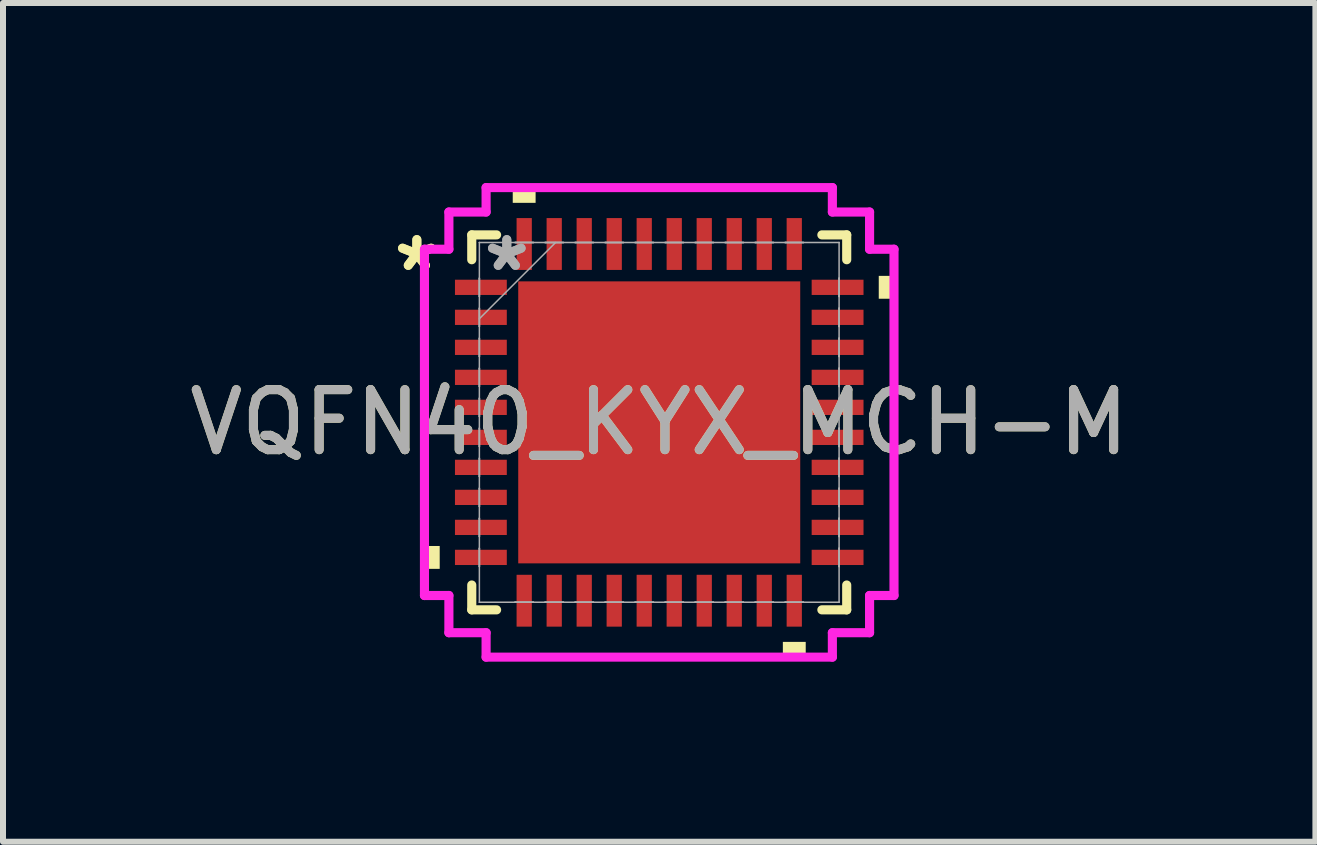
<source format=kicad_pcb>
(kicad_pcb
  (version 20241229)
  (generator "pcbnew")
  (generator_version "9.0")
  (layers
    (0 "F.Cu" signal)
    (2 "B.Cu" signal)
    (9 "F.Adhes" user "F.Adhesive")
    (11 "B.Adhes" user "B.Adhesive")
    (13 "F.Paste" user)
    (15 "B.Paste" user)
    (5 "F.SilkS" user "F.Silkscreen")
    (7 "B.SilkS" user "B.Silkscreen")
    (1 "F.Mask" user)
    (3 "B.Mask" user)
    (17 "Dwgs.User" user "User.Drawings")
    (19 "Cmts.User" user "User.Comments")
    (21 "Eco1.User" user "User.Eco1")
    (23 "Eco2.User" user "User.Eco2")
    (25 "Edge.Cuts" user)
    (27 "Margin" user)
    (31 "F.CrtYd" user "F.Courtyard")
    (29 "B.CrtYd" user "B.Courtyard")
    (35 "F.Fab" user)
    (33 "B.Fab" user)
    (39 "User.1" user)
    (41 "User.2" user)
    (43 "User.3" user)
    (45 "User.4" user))
  (footprint "VQFN40_KYX_MCH-M"
    (layer "F.Cu")
    (at 7.935 3.988)
    (property "Reference" "VQFN40_KYX_MCH-M" (at 0 0 0) (unlocked yes) (layer "F.SilkS") (effects (font (size 1 1) (thickness 0.15))))
    (attr smd)
    (fp_line (start -3.124 -3.124) (end -3.124 -2.71) (stroke (width 0.152) (type solid)) (layer "F.SilkS"))
    (fp_line (start -3.124 2.71) (end -3.124 3.124) (stroke (width 0.152) (type solid)) (layer "F.SilkS"))
    (fp_line (start -3.124 3.124) (end -2.71 3.124) (stroke (width 0.152) (type solid)) (layer "F.SilkS"))
    (fp_line (start -2.71 -3.124) (end -3.124 -3.124) (stroke (width 0.152) (type solid)) (layer "F.SilkS"))
    (fp_line (start 2.71 3.124) (end 3.124 3.124) (stroke (width 0.152) (type solid)) (layer "F.SilkS"))
    (fp_line (start 3.124 -3.124) (end 2.71 -3.124) (stroke (width 0.152) (type solid)) (layer "F.SilkS"))
    (fp_line (start 3.124 -2.71) (end 3.124 -3.124) (stroke (width 0.152) (type solid)) (layer "F.SilkS"))
    (fp_line (start 3.124 3.124) (end 3.124 2.71) (stroke (width 0.152) (type solid)) (layer "F.SilkS"))
    (fp_poly (pts (xy -3.912 2.06) (xy -3.912 2.441) (xy -3.658 2.441) (xy -3.658 2.06)) (stroke (width 0) (type solid)) (fill yes) (layer "F.SilkS"))
    (fp_poly (pts (xy -2.441 -3.658) (xy -2.441 -3.912) (xy -2.06 -3.912) (xy -2.06 -3.658)) (stroke (width 0) (type solid)) (fill yes) (layer "F.SilkS"))
    (fp_poly (pts (xy 2.06 3.658) (xy 2.06 3.912) (xy 2.441 3.912) (xy 2.441 3.658)) (stroke (width 0) (type solid)) (fill yes) (layer "F.SilkS"))
    (fp_poly (pts (xy 3.912 -2.441) (xy 3.912 -2.06) (xy 3.658 -2.06) (xy 3.658 -2.441)) (stroke (width 0) (type solid)) (fill yes) (layer "F.SilkS"))
    (fp_poly (pts (xy -2.249 -2.249) (xy -2.249 -0.883) (xy -0.883 -0.883) (xy -0.883 -2.249)) (stroke (width 0) (type solid)) (fill yes) (layer "F.Paste"))
    (fp_poly (pts (xy -2.249 -0.683) (xy -2.249 0.683) (xy -0.883 0.683) (xy -0.883 -0.683)) (stroke (width 0) (type solid)) (fill yes) (layer "F.Paste"))
    (fp_poly (pts (xy -2.249 0.883) (xy -2.249 2.249) (xy -0.883 2.249) (xy -0.883 0.883)) (stroke (width 0) (type solid)) (fill yes) (layer "F.Paste"))
    (fp_poly (pts (xy -0.683 -2.249) (xy -0.683 -0.883) (xy 0.683 -0.883) (xy 0.683 -2.249)) (stroke (width 0) (type solid)) (fill yes) (layer "F.Paste"))
    (fp_poly (pts (xy -0.683 -0.683) (xy -0.683 0.683) (xy 0.683 0.683) (xy 0.683 -0.683)) (stroke (width 0) (type solid)) (fill yes) (layer "F.Paste"))
    (fp_poly (pts (xy -0.683 0.883) (xy -0.683 2.249) (xy 0.683 2.249) (xy 0.683 0.883)) (stroke (width 0) (type solid)) (fill yes) (layer "F.Paste"))
    (fp_poly (pts (xy 0.883 -2.249) (xy 0.883 -0.883) (xy 2.249 -0.883) (xy 2.249 -2.249)) (stroke (width 0) (type solid)) (fill yes) (layer "F.Paste"))
    (fp_poly (pts (xy 0.883 -0.683) (xy 0.883 0.683) (xy 2.249 0.683) (xy 2.249 -0.683)) (stroke (width 0) (type solid)) (fill yes) (layer "F.Paste"))
    (fp_poly (pts (xy 0.883 0.883) (xy 0.883 2.249) (xy 2.249 2.249) (xy 2.249 0.883)) (stroke (width 0) (type solid)) (fill yes) (layer "F.Paste"))
    (fp_line (start -3.912 -2.885) (end -3.505 -2.885) (stroke (width 0.152) (type solid)) (layer "F.CrtYd"))
    (fp_line (start -3.912 2.885) (end -3.912 -2.885) (stroke (width 0.152) (type solid)) (layer "F.CrtYd"))
    (fp_line (start -3.505 -3.505) (end -2.885 -3.505) (stroke (width 0.152) (type solid)) (layer "F.CrtYd"))
    (fp_line (start -3.505 -2.885) (end -3.505 -3.505) (stroke (width 0.152) (type solid)) (layer "F.CrtYd"))
    (fp_line (start -3.505 2.885) (end -3.912 2.885) (stroke (width 0.152) (type solid)) (layer "F.CrtYd"))
    (fp_line (start -3.505 3.505) (end -3.505 2.885) (stroke (width 0.152) (type solid)) (layer "F.CrtYd"))
    (fp_line (start -2.885 -3.912) (end 2.885 -3.912) (stroke (width 0.152) (type solid)) (layer "F.CrtYd"))
    (fp_line (start -2.885 -3.505) (end -2.885 -3.912) (stroke (width 0.152) (type solid)) (layer "F.CrtYd"))
    (fp_line (start -2.885 3.505) (end -3.505 3.505) (stroke (width 0.152) (type solid)) (layer "F.CrtYd"))
    (fp_line (start -2.885 3.912) (end -2.885 3.505) (stroke (width 0.152) (type solid)) (layer "F.CrtYd"))
    (fp_line (start 2.885 -3.912) (end 2.885 -3.505) (stroke (width 0.152) (type solid)) (layer "F.CrtYd"))
    (fp_line (start 2.885 -3.505) (end 3.505 -3.505) (stroke (width 0.152) (type solid)) (layer "F.CrtYd"))
    (fp_line (start 2.885 3.505) (end 2.885 3.912) (stroke (width 0.152) (type solid)) (layer "F.CrtYd"))
    (fp_line (start 2.885 3.912) (end -2.885 3.912) (stroke (width 0.152) (type solid)) (layer "F.CrtYd"))
    (fp_line (start 3.505 -3.505) (end 3.505 -2.885) (stroke (width 0.152) (type solid)) (layer "F.CrtYd"))
    (fp_line (start 3.505 -2.885) (end 3.912 -2.885) (stroke (width 0.152) (type solid)) (layer "F.CrtYd"))
    (fp_line (start 3.505 2.885) (end 3.505 3.505) (stroke (width 0.152) (type solid)) (layer "F.CrtYd"))
    (fp_line (start 3.505 3.505) (end 2.885 3.505) (stroke (width 0.152) (type solid)) (layer "F.CrtYd"))
    (fp_line (start 3.912 -2.885) (end 3.912 2.885) (stroke (width 0.152) (type solid)) (layer "F.CrtYd"))
    (fp_line (start 3.912 2.885) (end 3.505 2.885) (stroke (width 0.152) (type solid)) (layer "F.CrtYd"))
    (fp_line (start -2.997 -2.997) (end -2.997 -2.997) (stroke (width 0.025) (type solid)) (layer "F.Fab"))
    (fp_line (start -2.997 -2.997) (end -2.997 2.997) (stroke (width 0.025) (type solid)) (layer "F.Fab"))
    (fp_line (start -2.997 -2.402) (end -2.997 -2.402) (stroke (width 0.025) (type solid)) (layer "F.Fab"))
    (fp_line (start -2.997 -2.402) (end -2.997 -2.098) (stroke (width 0.025) (type solid)) (layer "F.Fab"))
    (fp_line (start -2.997 -2.098) (end -2.997 -2.402) (stroke (width 0.025) (type solid)) (layer "F.Fab"))
    (fp_line (start -2.997 -2.098) (end -2.997 -2.098) (stroke (width 0.025) (type solid)) (layer "F.Fab"))
    (fp_line (start -2.997 -1.902) (end -2.997 -1.902) (stroke (width 0.025) (type solid)) (layer "F.Fab"))
    (fp_line (start -2.997 -1.902) (end -2.997 -1.598) (stroke (width 0.025) (type solid)) (layer "F.Fab"))
    (fp_line (start -2.997 -1.727) (end -1.727 -2.997) (stroke (width 0.025) (type solid)) (layer "F.Fab"))
    (fp_line (start -2.997 -1.598) (end -2.997 -1.902) (stroke (width 0.025) (type solid)) (layer "F.Fab"))
    (fp_line (start -2.997 -1.598) (end -2.997 -1.598) (stroke (width 0.025) (type solid)) (layer "F.Fab"))
    (fp_line (start -2.997 -1.402) (end -2.997 -1.402) (stroke (width 0.025) (type solid)) (layer "F.Fab"))
    (fp_line (start -2.997 -1.402) (end -2.997 -1.098) (stroke (width 0.025) (type solid)) (layer "F.Fab"))
    (fp_line (start -2.997 -1.098) (end -2.997 -1.402) (stroke (width 0.025) (type solid)) (layer "F.Fab"))
    (fp_line (start -2.997 -1.098) (end -2.997 -1.098) (stroke (width 0.025) (type solid)) (layer "F.Fab"))
    (fp_line (start -2.997 -0.902) (end -2.997 -0.902) (stroke (width 0.025) (type solid)) (layer "F.Fab"))
    (fp_line (start -2.997 -0.902) (end -2.997 -0.598) (stroke (width 0.025) (type solid)) (layer "F.Fab"))
    (fp_line (start -2.997 -0.598) (end -2.997 -0.902) (stroke (width 0.025) (type solid)) (layer "F.Fab"))
    (fp_line (start -2.997 -0.598) (end -2.997 -0.598) (stroke (width 0.025) (type solid)) (layer "F.Fab"))
    (fp_line (start -2.997 -0.402) (end -2.997 -0.402) (stroke (width 0.025) (type solid)) (layer "F.Fab"))
    (fp_line (start -2.997 -0.402) (end -2.997 -0.098) (stroke (width 0.025) (type solid)) (layer "F.Fab"))
    (fp_line (start -2.997 -0.098) (end -2.997 -0.402) (stroke (width 0.025) (type solid)) (layer "F.Fab"))
    (fp_line (start -2.997 -0.098) (end -2.997 -0.098) (stroke (width 0.025) (type solid)) (layer "F.Fab"))
    (fp_line (start -2.997 0.098) (end -2.997 0.098) (stroke (width 0.025) (type solid)) (layer "F.Fab"))
    (fp_line (start -2.997 0.098) (end -2.997 0.402) (stroke (width 0.025) (type solid)) (layer "F.Fab"))
    (fp_line (start -2.997 0.402) (end -2.997 0.098) (stroke (width 0.025) (type solid)) (layer "F.Fab"))
    (fp_line (start -2.997 0.402) (end -2.997 0.402) (stroke (width 0.025) (type solid)) (layer "F.Fab"))
    (fp_line (start -2.997 0.598) (end -2.997 0.598) (stroke (width 0.025) (type solid)) (layer "F.Fab"))
    (fp_line (start -2.997 0.598) (end -2.997 0.902) (stroke (width 0.025) (type solid)) (layer "F.Fab"))
    (fp_line (start -2.997 0.902) (end -2.997 0.598) (stroke (width 0.025) (type solid)) (layer "F.Fab"))
    (fp_line (start -2.997 0.902) (end -2.997 0.902) (stroke (width 0.025) (type solid)) (layer "F.Fab"))
    (fp_line (start -2.997 1.098) (end -2.997 1.098) (stroke (width 0.025) (type solid)) (layer "F.Fab"))
    (fp_line (start -2.997 1.098) (end -2.997 1.402) (stroke (width 0.025) (type solid)) (layer "F.Fab"))
    (fp_line (start -2.997 1.402) (end -2.997 1.098) (stroke (width 0.025) (type solid)) (layer "F.Fab"))
    (fp_line (start -2.997 1.402) (end -2.997 1.402) (stroke (width 0.025) (type solid)) (layer "F.Fab"))
    (fp_line (start -2.997 1.598) (end -2.997 1.598) (stroke (width 0.025) (type solid)) (layer "F.Fab"))
    (fp_line (start -2.997 1.598) (end -2.997 1.902) (stroke (width 0.025) (type solid)) (layer "F.Fab"))
    (fp_line (start -2.997 1.902) (end -2.997 1.598) (stroke (width 0.025) (type solid)) (layer "F.Fab"))
    (fp_line (start -2.997 1.902) (end -2.997 1.902) (stroke (width 0.025) (type solid)) (layer "F.Fab"))
    (fp_line (start -2.997 2.098) (end -2.997 2.098) (stroke (width 0.025) (type solid)) (layer "F.Fab"))
    (fp_line (start -2.997 2.098) (end -2.997 2.402) (stroke (width 0.025) (type solid)) (layer "F.Fab"))
    (fp_line (start -2.997 2.402) (end -2.997 2.098) (stroke (width 0.025) (type solid)) (layer "F.Fab"))
    (fp_line (start -2.997 2.402) (end -2.997 2.402) (stroke (width 0.025) (type solid)) (layer "F.Fab"))
    (fp_line (start -2.997 2.997) (end -2.997 2.997) (stroke (width 0.025) (type solid)) (layer "F.Fab"))
    (fp_line (start -2.997 2.997) (end 2.997 2.997) (stroke (width 0.025) (type solid)) (layer "F.Fab"))
    (fp_line (start -2.402 -2.997) (end -2.402 -2.997) (stroke (width 0.025) (type solid)) (layer "F.Fab"))
    (fp_line (start -2.402 -2.997) (end -2.098 -2.997) (stroke (width 0.025) (type solid)) (layer "F.Fab"))
    (fp_line (start -2.402 2.997) (end -2.402 2.997) (stroke (width 0.025) (type solid)) (layer "F.Fab"))
    (fp_line (start -2.402 2.997) (end -2.098 2.997) (stroke (width 0.025) (type solid)) (layer "F.Fab"))
    (fp_line (start -2.098 -2.997) (end -2.402 -2.997) (stroke (width 0.025) (type solid)) (layer "F.Fab"))
    (fp_line (start -2.098 -2.997) (end -2.098 -2.997) (stroke (width 0.025) (type solid)) (layer "F.Fab"))
    (fp_line (start -2.098 2.997) (end -2.402 2.997) (stroke (width 0.025) (type solid)) (layer "F.Fab"))
    (fp_line (start -2.098 2.997) (end -2.098 2.997) (stroke (width 0.025) (type solid)) (layer "F.Fab"))
    (fp_line (start -1.902 -2.997) (end -1.902 -2.997) (stroke (width 0.025) (type solid)) (layer "F.Fab"))
    (fp_line (start -1.902 -2.997) (end -1.598 -2.997) (stroke (width 0.025) (type solid)) (layer "F.Fab"))
    (fp_line (start -1.902 2.997) (end -1.902 2.997) (stroke (width 0.025) (type solid)) (layer "F.Fab"))
    (fp_line (start -1.902 2.997) (end -1.598 2.997) (stroke (width 0.025) (type solid)) (layer "F.Fab"))
    (fp_line (start -1.598 -2.997) (end -1.902 -2.997) (stroke (width 0.025) (type solid)) (layer "F.Fab"))
    (fp_line (start -1.598 -2.997) (end -1.598 -2.997) (stroke (width 0.025) (type solid)) (layer "F.Fab"))
    (fp_line (start -1.598 2.997) (end -1.902 2.997) (stroke (width 0.025) (type solid)) (layer "F.Fab"))
    (fp_line (start -1.598 2.997) (end -1.598 2.997) (stroke (width 0.025) (type solid)) (layer "F.Fab"))
    (fp_line (start -1.402 -2.997) (end -1.402 -2.997) (stroke (width 0.025) (type solid)) (layer "F.Fab"))
    (fp_line (start -1.402 -2.997) (end -1.098 -2.997) (stroke (width 0.025) (type solid)) (layer "F.Fab"))
    (fp_line (start -1.402 2.997) (end -1.402 2.997) (stroke (width 0.025) (type solid)) (layer "F.Fab"))
    (fp_line (start -1.402 2.997) (end -1.098 2.997) (stroke (width 0.025) (type solid)) (layer "F.Fab"))
    (fp_line (start -1.098 -2.997) (end -1.402 -2.997) (stroke (width 0.025) (type solid)) (layer "F.Fab"))
    (fp_line (start -1.098 -2.997) (end -1.098 -2.997) (stroke (width 0.025) (type solid)) (layer "F.Fab"))
    (fp_line (start -1.098 2.997) (end -1.402 2.997) (stroke (width 0.025) (type solid)) (layer "F.Fab"))
    (fp_line (start -1.098 2.997) (end -1.098 2.997) (stroke (width 0.025) (type solid)) (layer "F.Fab"))
    (fp_line (start -0.902 -2.997) (end -0.902 -2.997) (stroke (width 0.025) (type solid)) (layer "F.Fab"))
    (fp_line (start -0.902 -2.997) (end -0.598 -2.997) (stroke (width 0.025) (type solid)) (layer "F.Fab"))
    (fp_line (start -0.902 2.997) (end -0.902 2.997) (stroke (width 0.025) (type solid)) (layer "F.Fab"))
    (fp_line (start -0.902 2.997) (end -0.598 2.997) (stroke (width 0.025) (type solid)) (layer "F.Fab"))
    (fp_line (start -0.598 -2.997) (end -0.902 -2.997) (stroke (width 0.025) (type solid)) (layer "F.Fab"))
    (fp_line (start -0.598 -2.997) (end -0.598 -2.997) (stroke (width 0.025) (type solid)) (layer "F.Fab"))
    (fp_line (start -0.598 2.997) (end -0.902 2.997) (stroke (width 0.025) (type solid)) (layer "F.Fab"))
    (fp_line (start -0.598 2.997) (end -0.598 2.997) (stroke (width 0.025) (type solid)) (layer "F.Fab"))
    (fp_line (start -0.402 -2.997) (end -0.402 -2.997) (stroke (width 0.025) (type solid)) (layer "F.Fab"))
    (fp_line (start -0.402 -2.997) (end -0.098 -2.997) (stroke (width 0.025) (type solid)) (layer "F.Fab"))
    (fp_line (start -0.402 2.997) (end -0.402 2.997) (stroke (width 0.025) (type solid)) (layer "F.Fab"))
    (fp_line (start -0.402 2.997) (end -0.098 2.997) (stroke (width 0.025) (type solid)) (layer "F.Fab"))
    (fp_line (start -0.098 -2.997) (end -0.402 -2.997) (stroke (width 0.025) (type solid)) (layer "F.Fab"))
    (fp_line (start -0.098 -2.997) (end -0.098 -2.997) (stroke (width 0.025) (type solid)) (layer "F.Fab"))
    (fp_line (start -0.098 2.997) (end -0.402 2.997) (stroke (width 0.025) (type solid)) (layer "F.Fab"))
    (fp_line (start -0.098 2.997) (end -0.098 2.997) (stroke (width 0.025) (type solid)) (layer "F.Fab"))
    (fp_line (start 0.098 -2.997) (end 0.098 -2.997) (stroke (width 0.025) (type solid)) (layer "F.Fab"))
    (fp_line (start 0.098 -2.997) (end 0.402 -2.997) (stroke (width 0.025) (type solid)) (layer "F.Fab"))
    (fp_line (start 0.098 2.997) (end 0.098 2.997) (stroke (width 0.025) (type solid)) (layer "F.Fab"))
    (fp_line (start 0.098 2.997) (end 0.402 2.997) (stroke (width 0.025) (type solid)) (layer "F.Fab"))
    (fp_line (start 0.402 -2.997) (end 0.098 -2.997) (stroke (width 0.025) (type solid)) (layer "F.Fab"))
    (fp_line (start 0.402 -2.997) (end 0.402 -2.997) (stroke (width 0.025) (type solid)) (layer "F.Fab"))
    (fp_line (start 0.402 2.997) (end 0.098 2.997) (stroke (width 0.025) (type solid)) (layer "F.Fab"))
    (fp_line (start 0.402 2.997) (end 0.402 2.997) (stroke (width 0.025) (type solid)) (layer "F.Fab"))
    (fp_line (start 0.598 -2.997) (end 0.598 -2.997) (stroke (width 0.025) (type solid)) (layer "F.Fab"))
    (fp_line (start 0.598 -2.997) (end 0.902 -2.997) (stroke (width 0.025) (type solid)) (layer "F.Fab"))
    (fp_line (start 0.598 2.997) (end 0.598 2.997) (stroke (width 0.025) (type solid)) (layer "F.Fab"))
    (fp_line (start 0.598 2.997) (end 0.902 2.997) (stroke (width 0.025) (type solid)) (layer "F.Fab"))
    (fp_line (start 0.902 -2.997) (end 0.598 -2.997) (stroke (width 0.025) (type solid)) (layer "F.Fab"))
    (fp_line (start 0.902 -2.997) (end 0.902 -2.997) (stroke (width 0.025) (type solid)) (layer "F.Fab"))
    (fp_line (start 0.902 2.997) (end 0.598 2.997) (stroke (width 0.025) (type solid)) (layer "F.Fab"))
    (fp_line (start 0.902 2.997) (end 0.902 2.997) (stroke (width 0.025) (type solid)) (layer "F.Fab"))
    (fp_line (start 1.098 -2.997) (end 1.098 -2.997) (stroke (width 0.025) (type solid)) (layer "F.Fab"))
    (fp_line (start 1.098 -2.997) (end 1.402 -2.997) (stroke (width 0.025) (type solid)) (layer "F.Fab"))
    (fp_line (start 1.098 2.997) (end 1.098 2.997) (stroke (width 0.025) (type solid)) (layer "F.Fab"))
    (fp_line (start 1.098 2.997) (end 1.402 2.997) (stroke (width 0.025) (type solid)) (layer "F.Fab"))
    (fp_line (start 1.402 -2.997) (end 1.098 -2.997) (stroke (width 0.025) (type solid)) (layer "F.Fab"))
    (fp_line (start 1.402 -2.997) (end 1.402 -2.997) (stroke (width 0.025) (type solid)) (layer "F.Fab"))
    (fp_line (start 1.402 2.997) (end 1.098 2.997) (stroke (width 0.025) (type solid)) (layer "F.Fab"))
    (fp_line (start 1.402 2.997) (end 1.402 2.997) (stroke (width 0.025) (type solid)) (layer "F.Fab"))
    (fp_line (start 1.598 -2.997) (end 1.598 -2.997) (stroke (width 0.025) (type solid)) (layer "F.Fab"))
    (fp_line (start 1.598 -2.997) (end 1.902 -2.997) (stroke (width 0.025) (type solid)) (layer "F.Fab"))
    (fp_line (start 1.598 2.997) (end 1.598 2.997) (stroke (width 0.025) (type solid)) (layer "F.Fab"))
    (fp_line (start 1.598 2.997) (end 1.902 2.997) (stroke (width 0.025) (type solid)) (layer "F.Fab"))
    (fp_line (start 1.902 -2.997) (end 1.598 -2.997) (stroke (width 0.025) (type solid)) (layer "F.Fab"))
    (fp_line (start 1.902 -2.997) (end 1.902 -2.997) (stroke (width 0.025) (type solid)) (layer "F.Fab"))
    (fp_line (start 1.902 2.997) (end 1.598 2.997) (stroke (width 0.025) (type solid)) (layer "F.Fab"))
    (fp_line (start 1.902 2.997) (end 1.902 2.997) (stroke (width 0.025) (type solid)) (layer "F.Fab"))
    (fp_line (start 2.098 -2.997) (end 2.098 -2.997) (stroke (width 0.025) (type solid)) (layer "F.Fab"))
    (fp_line (start 2.098 -2.997) (end 2.402 -2.997) (stroke (width 0.025) (type solid)) (layer "F.Fab"))
    (fp_line (start 2.098 2.997) (end 2.098 2.997) (stroke (width 0.025) (type solid)) (layer "F.Fab"))
    (fp_line (start 2.098 2.997) (end 2.402 2.997) (stroke (width 0.025) (type solid)) (layer "F.Fab"))
    (fp_line (start 2.402 -2.997) (end 2.098 -2.997) (stroke (width 0.025) (type solid)) (layer "F.Fab"))
    (fp_line (start 2.402 -2.997) (end 2.402 -2.997) (stroke (width 0.025) (type solid)) (layer "F.Fab"))
    (fp_line (start 2.402 2.997) (end 2.098 2.997) (stroke (width 0.025) (type solid)) (layer "F.Fab"))
    (fp_line (start 2.402 2.997) (end 2.402 2.997) (stroke (width 0.025) (type solid)) (layer "F.Fab"))
    (fp_line (start 2.997 -2.997) (end -2.997 -2.997) (stroke (width 0.025) (type solid)) (layer "F.Fab"))
    (fp_line (start 2.997 -2.997) (end 2.997 -2.997) (stroke (width 0.025) (type solid)) (layer "F.Fab"))
    (fp_line (start 2.997 -2.402) (end 2.997 -2.402) (stroke (width 0.025) (type solid)) (layer "F.Fab"))
    (fp_line (start 2.997 -2.402) (end 2.997 -2.098) (stroke (width 0.025) (type solid)) (layer "F.Fab"))
    (fp_line (start 2.997 -2.098) (end 2.997 -2.402) (stroke (width 0.025) (type solid)) (layer "F.Fab"))
    (fp_line (start 2.997 -2.098) (end 2.997 -2.098) (stroke (width 0.025) (type solid)) (layer "F.Fab"))
    (fp_line (start 2.997 -1.902) (end 2.997 -1.902) (stroke (width 0.025) (type solid)) (layer "F.Fab"))
    (fp_line (start 2.997 -1.902) (end 2.997 -1.598) (stroke (width 0.025) (type solid)) (layer "F.Fab"))
    (fp_line (start 2.997 -1.598) (end 2.997 -1.902) (stroke (width 0.025) (type solid)) (layer "F.Fab"))
    (fp_line (start 2.997 -1.598) (end 2.997 -1.598) (stroke (width 0.025) (type solid)) (layer "F.Fab"))
    (fp_line (start 2.997 -1.402) (end 2.997 -1.402) (stroke (width 0.025) (type solid)) (layer "F.Fab"))
    (fp_line (start 2.997 -1.402) (end 2.997 -1.098) (stroke (width 0.025) (type solid)) (layer "F.Fab"))
    (fp_line (start 2.997 -1.098) (end 2.997 -1.402) (stroke (width 0.025) (type solid)) (layer "F.Fab"))
    (fp_line (start 2.997 -1.098) (end 2.997 -1.098) (stroke (width 0.025) (type solid)) (layer "F.Fab"))
    (fp_line (start 2.997 -0.902) (end 2.997 -0.902) (stroke (width 0.025) (type solid)) (layer "F.Fab"))
    (fp_line (start 2.997 -0.902) (end 2.997 -0.598) (stroke (width 0.025) (type solid)) (layer "F.Fab"))
    (fp_line (start 2.997 -0.598) (end 2.997 -0.902) (stroke (width 0.025) (type solid)) (layer "F.Fab"))
    (fp_line (start 2.997 -0.598) (end 2.997 -0.598) (stroke (width 0.025) (type solid)) (layer "F.Fab"))
    (fp_line (start 2.997 -0.402) (end 2.997 -0.402) (stroke (width 0.025) (type solid)) (layer "F.Fab"))
    (fp_line (start 2.997 -0.402) (end 2.997 -0.098) (stroke (width 0.025) (type solid)) (layer "F.Fab"))
    (fp_line (start 2.997 -0.098) (end 2.997 -0.402) (stroke (width 0.025) (type solid)) (layer "F.Fab"))
    (fp_line (start 2.997 -0.098) (end 2.997 -0.098) (stroke (width 0.025) (type solid)) (layer "F.Fab"))
    (fp_line (start 2.997 0.098) (end 2.997 0.098) (stroke (width 0.025) (type solid)) (layer "F.Fab"))
    (fp_line (start 2.997 0.098) (end 2.997 0.402) (stroke (width 0.025) (type solid)) (layer "F.Fab"))
    (fp_line (start 2.997 0.402) (end 2.997 0.098) (stroke (width 0.025) (type solid)) (layer "F.Fab"))
    (fp_line (start 2.997 0.402) (end 2.997 0.402) (stroke (width 0.025) (type solid)) (layer "F.Fab"))
    (fp_line (start 2.997 0.598) (end 2.997 0.598) (stroke (width 0.025) (type solid)) (layer "F.Fab"))
    (fp_line (start 2.997 0.598) (end 2.997 0.902) (stroke (width 0.025) (type solid)) (layer "F.Fab"))
    (fp_line (start 2.997 0.902) (end 2.997 0.598) (stroke (width 0.025) (type solid)) (layer "F.Fab"))
    (fp_line (start 2.997 0.902) (end 2.997 0.902) (stroke (width 0.025) (type solid)) (layer "F.Fab"))
    (fp_line (start 2.997 1.098) (end 2.997 1.098) (stroke (width 0.025) (type solid)) (layer "F.Fab"))
    (fp_line (start 2.997 1.098) (end 2.997 1.402) (stroke (width 0.025) (type solid)) (layer "F.Fab"))
    (fp_line (start 2.997 1.402) (end 2.997 1.098) (stroke (width 0.025) (type solid)) (layer "F.Fab"))
    (fp_line (start 2.997 1.402) (end 2.997 1.402) (stroke (width 0.025) (type solid)) (layer "F.Fab"))
    (fp_line (start 2.997 1.598) (end 2.997 1.598) (stroke (width 0.025) (type solid)) (layer "F.Fab"))
    (fp_line (start 2.997 1.598) (end 2.997 1.902) (stroke (width 0.025) (type solid)) (layer "F.Fab"))
    (fp_line (start 2.997 1.902) (end 2.997 1.598) (stroke (width 0.025) (type solid)) (layer "F.Fab"))
    (fp_line (start 2.997 1.902) (end 2.997 1.902) (stroke (width 0.025) (type solid)) (layer "F.Fab"))
    (fp_line (start 2.997 2.098) (end 2.997 2.098) (stroke (width 0.025) (type solid)) (layer "F.Fab"))
    (fp_line (start 2.997 2.098) (end 2.997 2.402) (stroke (width 0.025) (type solid)) (layer "F.Fab"))
    (fp_line (start 2.997 2.402) (end 2.997 2.098) (stroke (width 0.025) (type solid)) (layer "F.Fab"))
    (fp_line (start 2.997 2.402) (end 2.997 2.402) (stroke (width 0.025) (type solid)) (layer "F.Fab"))
    (fp_line (start 2.997 2.997) (end 2.997 -2.997) (stroke (width 0.025) (type solid)) (layer "F.Fab"))
    (fp_line (start 2.997 2.997) (end 2.997 2.997) (stroke (width 0.025) (type solid)) (layer "F.Fab"))
    (fp_text user "*" (at -4.039 -2.5 0) (unlocked yes) (layer "F.SilkS") (effects (font (size 1 1) (thickness 0.15))))
    (fp_text user "*" (at -4.039 -2.5 0) (layer "F.SilkS") (effects (font (size 1 1) (thickness 0.15))))
    (fp_text user "*" (at -2.54 -2.5 0) (unlocked yes) (layer "F.Fab") (effects (font (size 1 1) (thickness 0.15))))
    (fp_text user "${REFERENCE}" (at 0 0 0) (unlocked yes) (layer "F.Fab") (effects (font (size 1 1) (thickness 0.15))))
    (fp_text user "*" (at -2.54 -2.5 0) (layer "F.Fab") (effects (font (size 1 1) (thickness 0.15))))
    (pad "1" smd rect (at -2.972 -2.25 90) (size 0.254 0.864) (layers "F.Cu" "F.Mask" "F.Paste"))
    (pad "2" smd rect (at -2.972 -1.75 90) (size 0.254 0.864) (layers "F.Cu" "F.Mask" "F.Paste"))
    (pad "3" smd rect (at -2.972 -1.25 90) (size 0.254 0.864) (layers "F.Cu" "F.Mask" "F.Paste"))
    (pad "4" smd rect (at -2.972 -0.75 90) (size 0.254 0.864) (layers "F.Cu" "F.Mask" "F.Paste"))
    (pad "5" smd rect (at -2.972 -0.25 90) (size 0.254 0.864) (layers "F.Cu" "F.Mask" "F.Paste"))
    (pad "6" smd rect (at -2.972 0.25 90) (size 0.254 0.864) (layers "F.Cu" "F.Mask" "F.Paste"))
    (pad "7" smd rect (at -2.972 0.75 90) (size 0.254 0.864) (layers "F.Cu" "F.Mask" "F.Paste"))
    (pad "8" smd rect (at -2.972 1.25 90) (size 0.254 0.864) (layers "F.Cu" "F.Mask" "F.Paste"))
    (pad "9" smd rect (at -2.972 1.75 90) (size 0.254 0.864) (layers "F.Cu" "F.Mask" "F.Paste"))
    (pad "10" smd rect (at -2.972 2.25 90) (size 0.254 0.864) (layers "F.Cu" "F.Mask" "F.Paste"))
    (pad "11" smd rect (at -2.25 2.972) (size 0.254 0.864) (layers "F.Cu" "F.Mask" "F.Paste"))
    (pad "12" smd rect (at -1.75 2.972) (size 0.254 0.864) (layers "F.Cu" "F.Mask" "F.Paste"))
    (pad "13" smd rect (at -1.25 2.972) (size 0.254 0.864) (layers "F.Cu" "F.Mask" "F.Paste"))
    (pad "14" smd rect (at -0.75 2.972) (size 0.254 0.864) (layers "F.Cu" "F.Mask" "F.Paste"))
    (pad "15" smd rect (at -0.25 2.972) (size 0.254 0.864) (layers "F.Cu" "F.Mask" "F.Paste"))
    (pad "16" smd rect (at 0.25 2.972) (size 0.254 0.864) (layers "F.Cu" "F.Mask" "F.Paste"))
    (pad "17" smd rect (at 0.75 2.972) (size 0.254 0.864) (layers "F.Cu" "F.Mask" "F.Paste"))
    (pad "18" smd rect (at 1.25 2.972) (size 0.254 0.864) (layers "F.Cu" "F.Mask" "F.Paste"))
    (pad "19" smd rect (at 1.75 2.972) (size 0.254 0.864) (layers "F.Cu" "F.Mask" "F.Paste"))
    (pad "20" smd rect (at 2.25 2.972) (size 0.254 0.864) (layers "F.Cu" "F.Mask" "F.Paste"))
    (pad "21" smd rect (at 2.972 2.25 90) (size 0.254 0.864) (layers "F.Cu" "F.Mask" "F.Paste"))
    (pad "22" smd rect (at 2.972 1.75 90) (size 0.254 0.864) (layers "F.Cu" "F.Mask" "F.Paste"))
    (pad "23" smd rect (at 2.972 1.25 90) (size 0.254 0.864) (layers "F.Cu" "F.Mask" "F.Paste"))
    (pad "24" smd rect (at 2.972 0.75 90) (size 0.254 0.864) (layers "F.Cu" "F.Mask" "F.Paste"))
    (pad "25" smd rect (at 2.972 0.25 90) (size 0.254 0.864) (layers "F.Cu" "F.Mask" "F.Paste"))
    (pad "26" smd rect (at 2.972 -0.25 90) (size 0.254 0.864) (layers "F.Cu" "F.Mask" "F.Paste"))
    (pad "27" smd rect (at 2.972 -0.75 90) (size 0.254 0.864) (layers "F.Cu" "F.Mask" "F.Paste"))
    (pad "28" smd rect (at 2.972 -1.25 90) (size 0.254 0.864) (layers "F.Cu" "F.Mask" "F.Paste"))
    (pad "29" smd rect (at 2.972 -1.75 90) (size 0.254 0.864) (layers "F.Cu" "F.Mask" "F.Paste"))
    (pad "30" smd rect (at 2.972 -2.25 90) (size 0.254 0.864) (layers "F.Cu" "F.Mask" "F.Paste"))
    (pad "31" smd rect (at 2.25 -2.972) (size 0.254 0.864) (layers "F.Cu" "F.Mask" "F.Paste"))
    (pad "32" smd rect (at 1.75 -2.972) (size 0.254 0.864) (layers "F.Cu" "F.Mask" "F.Paste"))
    (pad "33" smd rect (at 1.25 -2.972) (size 0.254 0.864) (layers "F.Cu" "F.Mask" "F.Paste"))
    (pad "34" smd rect (at 0.75 -2.972) (size 0.254 0.864) (layers "F.Cu" "F.Mask" "F.Paste"))
    (pad "35" smd rect (at 0.25 -2.972) (size 0.254 0.864) (layers "F.Cu" "F.Mask" "F.Paste"))
    (pad "36" smd rect (at -0.25 -2.972) (size 0.254 0.864) (layers "F.Cu" "F.Mask" "F.Paste"))
    (pad "37" smd rect (at -0.75 -2.972) (size 0.254 0.864) (layers "F.Cu" "F.Mask" "F.Paste"))
    (pad "38" smd rect (at -1.25 -2.972) (size 0.254 0.864) (layers "F.Cu" "F.Mask" "F.Paste"))
    (pad "39" smd rect (at -1.75 -2.972) (size 0.254 0.864) (layers "F.Cu" "F.Mask" "F.Paste"))
    (pad "40" smd rect (at -2.25 -2.972) (size 0.254 0.864) (layers "F.Cu" "F.Mask" "F.Paste"))
    (pad "41" smd rect (at 0 0) (size 4.699 4.699) (layers "F.Cu" "F.Mask" "F.Paste")))
  (gr_rect
    (start -3 -3)
    (end 18.869 10.976)
    (stroke (width 0.1) (type default))
    (fill no)
    (layer "Edge.Cuts")))
</source>
